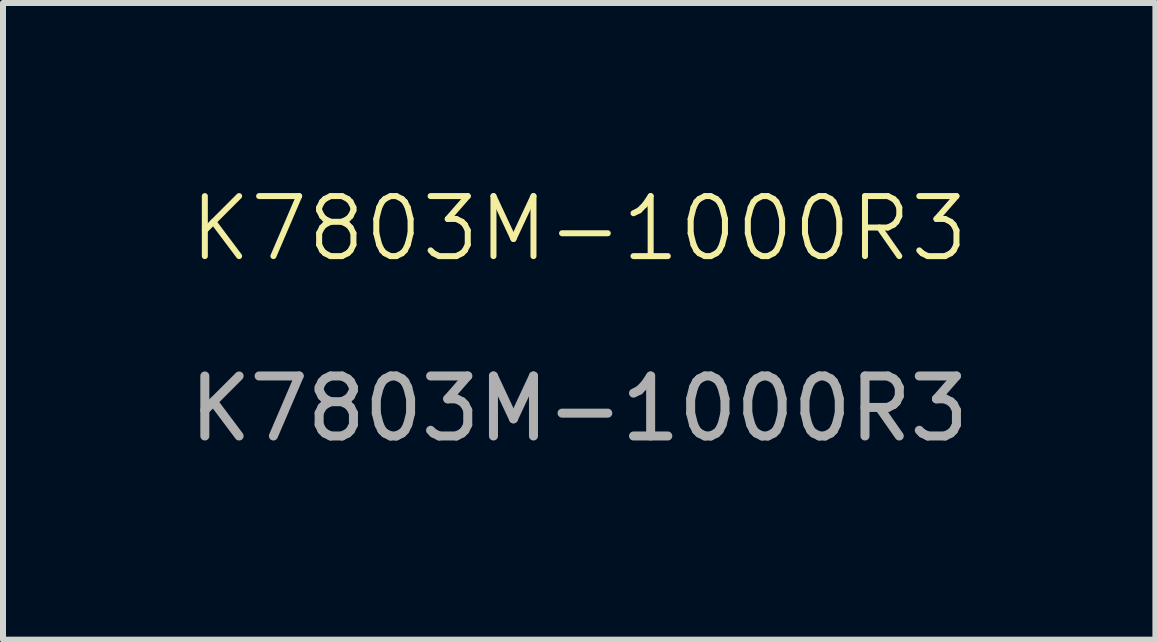
<source format=kicad_pcb>
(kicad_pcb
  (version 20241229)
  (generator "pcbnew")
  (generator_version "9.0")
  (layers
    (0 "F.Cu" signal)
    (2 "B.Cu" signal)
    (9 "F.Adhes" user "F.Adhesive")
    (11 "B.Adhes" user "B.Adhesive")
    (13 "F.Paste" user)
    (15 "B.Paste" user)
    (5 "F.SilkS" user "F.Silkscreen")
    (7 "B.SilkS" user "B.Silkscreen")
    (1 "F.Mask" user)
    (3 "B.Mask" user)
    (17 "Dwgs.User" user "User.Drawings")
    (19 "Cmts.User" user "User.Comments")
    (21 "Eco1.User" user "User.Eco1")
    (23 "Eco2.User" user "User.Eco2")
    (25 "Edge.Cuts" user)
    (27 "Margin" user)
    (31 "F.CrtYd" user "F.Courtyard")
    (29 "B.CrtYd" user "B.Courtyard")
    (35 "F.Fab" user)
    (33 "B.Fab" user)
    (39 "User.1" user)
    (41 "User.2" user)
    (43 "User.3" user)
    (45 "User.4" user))
  (footprint "K7803M-1000R3"
    (layer "F.Cu")
    (at 6.601 1.26)
    (property "Reference" "K7803M-1000R3" (at 0 -0.5 0) (unlocked yes) (layer "F.SilkS") (effects (font (size 1 1) (thickness 0.1))))
    (attr board_only exclude_from_pos_files exclude_from_bom)
    (fp_text user "${REFERENCE}" (at 0 2.5 0) (unlocked yes) (layer "F.Fab") (effects (font (size 1 1) (thickness 0.15)))))
  (gr_rect
    (start -3 -3)
    (end 16.202 7.609)
    (stroke (width 0.1) (type default))
    (fill no)
    (layer "Edge.Cuts")))
</source>
